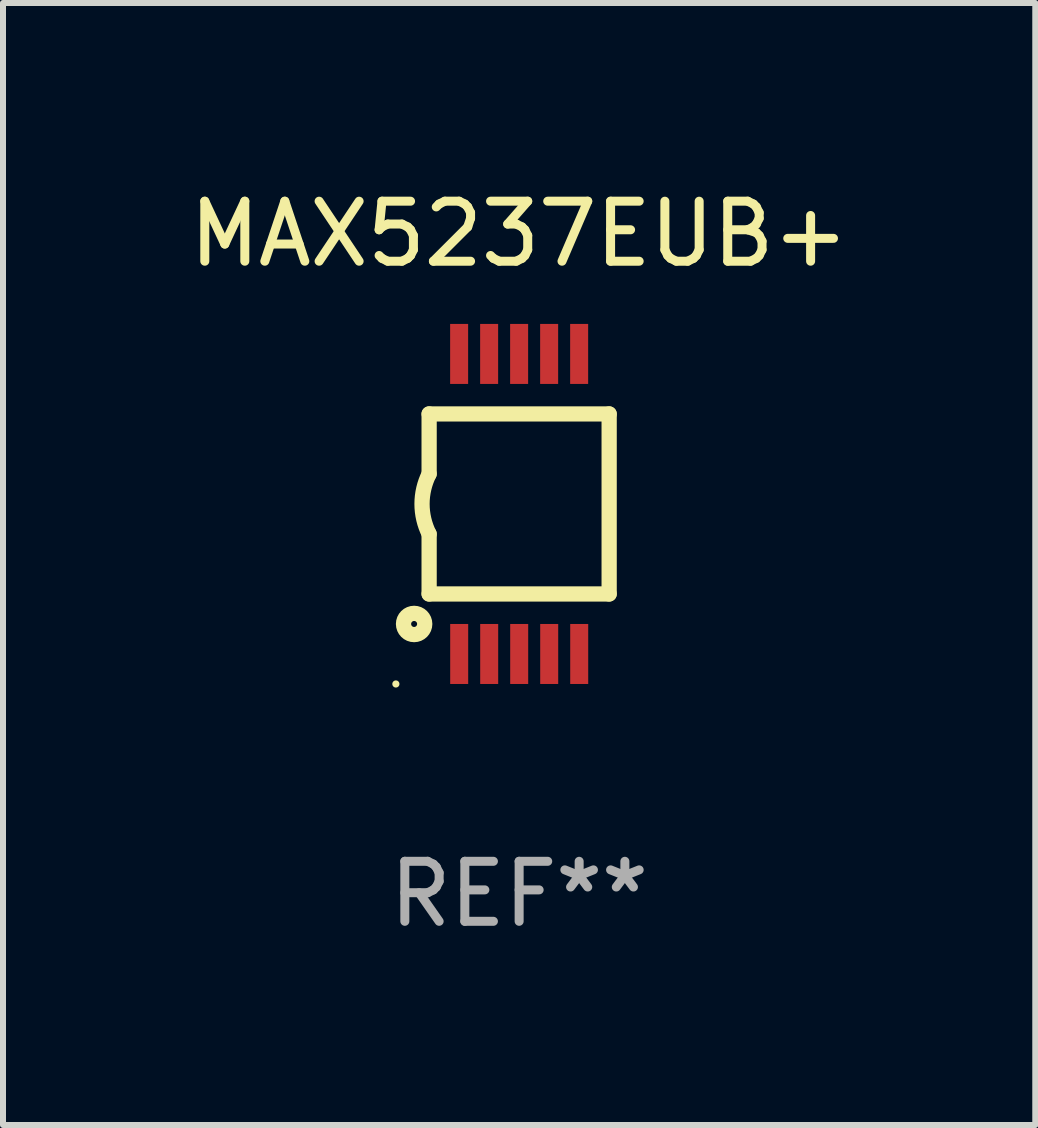
<source format=kicad_pcb>
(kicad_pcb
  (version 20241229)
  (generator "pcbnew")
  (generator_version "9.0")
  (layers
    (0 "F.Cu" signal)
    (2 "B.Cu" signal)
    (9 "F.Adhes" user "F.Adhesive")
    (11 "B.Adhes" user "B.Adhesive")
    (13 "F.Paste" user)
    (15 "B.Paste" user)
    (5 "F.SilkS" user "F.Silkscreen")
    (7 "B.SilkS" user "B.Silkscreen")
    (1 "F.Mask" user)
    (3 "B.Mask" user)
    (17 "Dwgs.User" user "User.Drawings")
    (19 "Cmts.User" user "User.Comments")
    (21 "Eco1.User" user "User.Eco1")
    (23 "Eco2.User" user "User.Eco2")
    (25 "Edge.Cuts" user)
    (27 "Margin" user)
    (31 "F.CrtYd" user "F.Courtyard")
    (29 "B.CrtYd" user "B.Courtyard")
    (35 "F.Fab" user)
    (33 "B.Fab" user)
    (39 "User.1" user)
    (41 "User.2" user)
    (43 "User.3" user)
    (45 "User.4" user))
  (footprint "MAX5237EUB+"
    (layer "F.Cu")
    (at 5.601 5.348)
    (property "Reference" "MAX5237EUB+" (at 0 -4.5 0) (layer "F.SilkS") (effects (font (size 1 1) (thickness 0.15))))
    (attr through_hole)
    (fp_line (start -1.5 -1.5) (end -1.5 -0.5) (stroke (width 0.254) (type solid)) (layer "F.SilkS"))
    (fp_line (start -1.5 1.5) (end -1.5 0.5) (stroke (width 0.254) (type solid)) (layer "F.SilkS"))
    (fp_line (start -1.5 1.5) (end 1.5 1.5) (stroke (width 0.254) (type solid)) (layer "F.SilkS"))
    (fp_line (start 1.5 1.5) (end 1.5 -1.5) (stroke (width 0.254) (type solid)) (layer "F.SilkS"))
    (fp_line (start 1.5 -1.5) (end -1.5 -1.5) (stroke (width 0.254) (type solid)) (layer "F.SilkS"))
    (fp_arc (start -1.500165 0.499873) (mid -1.618199 -0.000127) (end -1.500165 -0.500127) (stroke (width 0.254001) (type solid)) (layer "F.SilkS"))
    (fp_circle (center -2.054 3) (end -2.024 3) (stroke (width 0.06) (type solid)) (fill no) (layer "F.SilkS"))
    (fp_circle (center -1.75 2) (end -1.573 2) (stroke (width 0.254) (type solid)) (fill no) (layer "F.SilkS"))
    (fp_text user "REF**" (at 0 6.5 0) (layer "F.Fab") (effects (font (size 1 1) (thickness 0.15))))
    (pad "1" smd rect (at -0.999 2.5 180) (size 0.3 1) (layers "F.Cu" "F.Mask" "F.Paste"))
    (pad "2" smd rect (at -0.499 2.5 180) (size 0.3 1) (layers "F.Cu" "F.Mask" "F.Paste"))
    (pad "3" smd rect (at 0.001 2.5 180) (size 0.3 1) (layers "F.Cu" "F.Mask" "F.Paste"))
    (pad "4" smd rect (at 0.501 2.5 180) (size 0.3 1) (layers "F.Cu" "F.Mask" "F.Paste"))
    (pad "5" smd rect (at 1.001 2.5 180) (size 0.3 1) (layers "F.Cu" "F.Mask" "F.Paste"))
    (pad "6" smd rect (at 1 -2.5 180) (size 0.3 1) (layers "F.Cu" "F.Mask" "F.Paste"))
    (pad "7" smd rect (at 0.5 -2.5 180) (size 0.3 1) (layers "F.Cu" "F.Mask" "F.Paste"))
    (pad "8" smd rect (at -0.000165 -2.5 180) (size 0.3 1) (layers "F.Cu" "F.Mask" "F.Paste"))
    (pad "9" smd rect (at -0.5 -2.5 180) (size 0.3 1) (layers "F.Cu" "F.Mask" "F.Paste"))
    (pad "10" smd rect (at -1 -2.5 180) (size 0.3 1) (layers "F.Cu" "F.Mask" "F.Paste")))
  (gr_rect
    (start -3 -3)
    (end 14.202 15.697)
    (stroke (width 0.1) (type default))
    (fill no)
    (layer "Edge.Cuts")))
</source>
